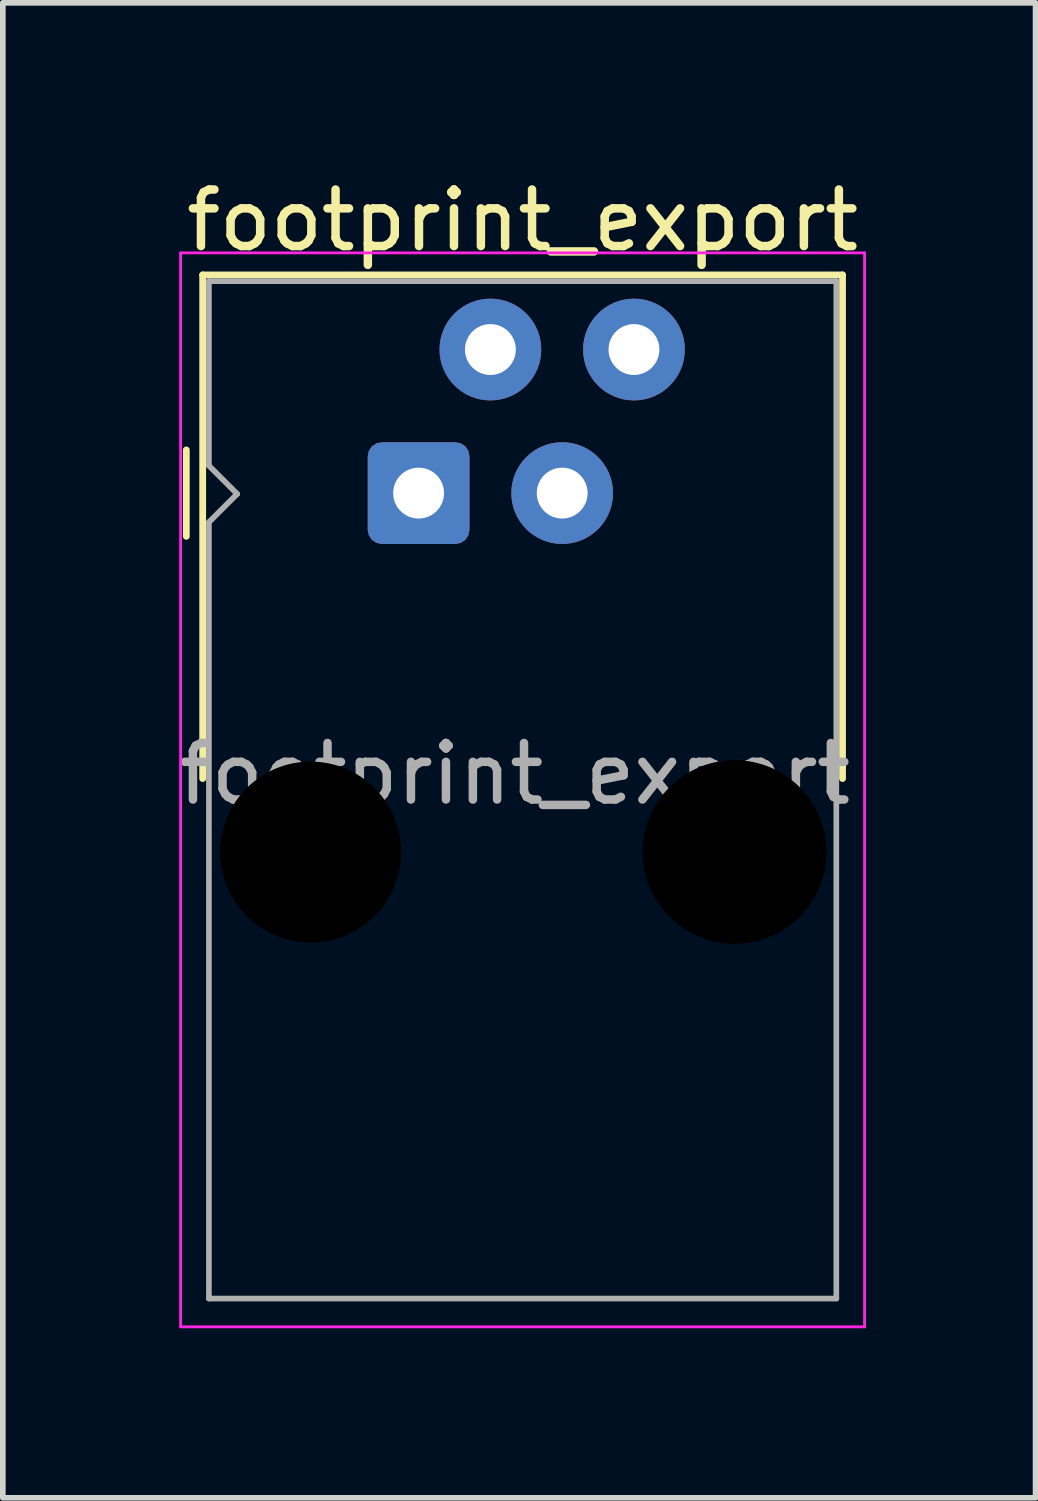
<source format=kicad_pcb>
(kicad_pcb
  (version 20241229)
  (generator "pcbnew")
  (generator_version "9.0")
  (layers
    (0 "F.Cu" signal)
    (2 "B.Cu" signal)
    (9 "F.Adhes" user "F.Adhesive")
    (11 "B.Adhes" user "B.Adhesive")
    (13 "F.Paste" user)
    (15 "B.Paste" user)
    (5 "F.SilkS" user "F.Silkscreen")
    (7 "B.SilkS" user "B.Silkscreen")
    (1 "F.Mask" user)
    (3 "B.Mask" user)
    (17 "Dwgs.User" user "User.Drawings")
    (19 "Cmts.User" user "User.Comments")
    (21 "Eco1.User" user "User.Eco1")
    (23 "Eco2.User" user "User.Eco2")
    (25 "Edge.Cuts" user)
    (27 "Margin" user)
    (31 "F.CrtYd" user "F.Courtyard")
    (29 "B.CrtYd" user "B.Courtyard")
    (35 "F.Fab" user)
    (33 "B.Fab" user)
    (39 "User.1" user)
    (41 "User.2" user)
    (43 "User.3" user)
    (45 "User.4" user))
  (footprint "footprint_export"
    (layer "F.Cu")
    (at 4.356 5.674)
    (property "Reference" "footprint_export" (at 1.84 -4.826 0) (layer "F.SilkS") (effects (font (size 1 1) (thickness 0.15))))
    (attr through_hole)
    (fp_line (start -4.11 0.765) (end -4.11 -0.765) (stroke (width 0.12) (type solid)) (layer "F.SilkS"))
    (fp_line (start -3.82 -3.86) (end 7.5 -3.86) (stroke (width 0.12) (type solid)) (layer "F.SilkS"))
    (fp_line (start -3.82 5.05) (end -3.82 -3.86) (stroke (width 0.12) (type solid)) (layer "F.SilkS"))
    (fp_line (start 7.5 -3.86) (end 7.5 5.05) (stroke (width 0.12) (type solid)) (layer "F.SilkS"))
    (fp_line (start -4.21 -4.25) (end 7.89 -4.25) (stroke (width 0.05) (type solid)) (layer "F.CrtYd"))
    (fp_line (start -4.21 14.75) (end -4.21 -4.25) (stroke (width 0.05) (type solid)) (layer "F.CrtYd"))
    (fp_line (start 7.89 -4.25) (end 7.89 14.75) (stroke (width 0.05) (type solid)) (layer "F.CrtYd"))
    (fp_line (start 7.89 14.75) (end -4.21 14.75) (stroke (width 0.05) (type solid)) (layer "F.CrtYd"))
    (fp_line (start -3.71 -3.75) (end 7.39 -3.75) (stroke (width 0.1) (type solid)) (layer "F.Fab"))
    (fp_line (start -3.71 -0.485) (end -3.71 -3.75) (stroke (width 0.1) (type solid)) (layer "F.Fab"))
    (fp_line (start -3.71 0.515) (end -3.21 0.015) (stroke (width 0.1) (type solid)) (layer "F.Fab"))
    (fp_line (start -3.71 14.25) (end -3.71 0.515) (stroke (width 0.1) (type solid)) (layer "F.Fab"))
    (fp_line (start -3.21 0.015) (end -3.71 -0.485) (stroke (width 0.1) (type solid)) (layer "F.Fab"))
    (fp_line (start 7.39 -3.75) (end 7.39 14.25) (stroke (width 0.1) (type solid)) (layer "F.Fab"))
    (fp_line (start 7.39 14.25) (end -3.71 14.25) (stroke (width 0.1) (type solid)) (layer "F.Fab"))
    (fp_text user "${REFERENCE}" (at 1.698 4.966 0) (layer "F.Fab") (effects (font (size 1 1) (thickness 0.15))))
    (pad "" np_thru_hole circle (at -1.91 6.35) (size 3.25 3.25) (drill 3.2) (layers "*.Mask"))
    (pad "" np_thru_hole circle (at 5.59 6.35) (size 3.25 3.25) (drill 3.25) (layers "*.Mask"))
    (pad "1" thru_hole roundrect (at 0 0) (size 1.8 1.8) (drill 0.9) (layers "*.Cu" "*.Mask") (roundrect_rratio 0.139))
    (pad "2" thru_hole circle (at 1.27 -2.54) (size 1.8 1.8) (drill 0.9) (layers "*.Cu" "*.Mask"))
    (pad "3" thru_hole circle (at 2.54 0) (size 1.8 1.8) (drill 0.9) (layers "*.Cu" "*.Mask"))
    (pad "4" thru_hole circle (at 3.81 -2.54) (size 1.8 1.8) (drill 0.9) (layers "*.Cu" "*.Mask")))
  (gr_rect
    (start -3 -3)
    (end 15.271 23.449)
    (stroke (width 0.1) (type default))
    (fill no)
    (layer "Edge.Cuts")))
</source>
